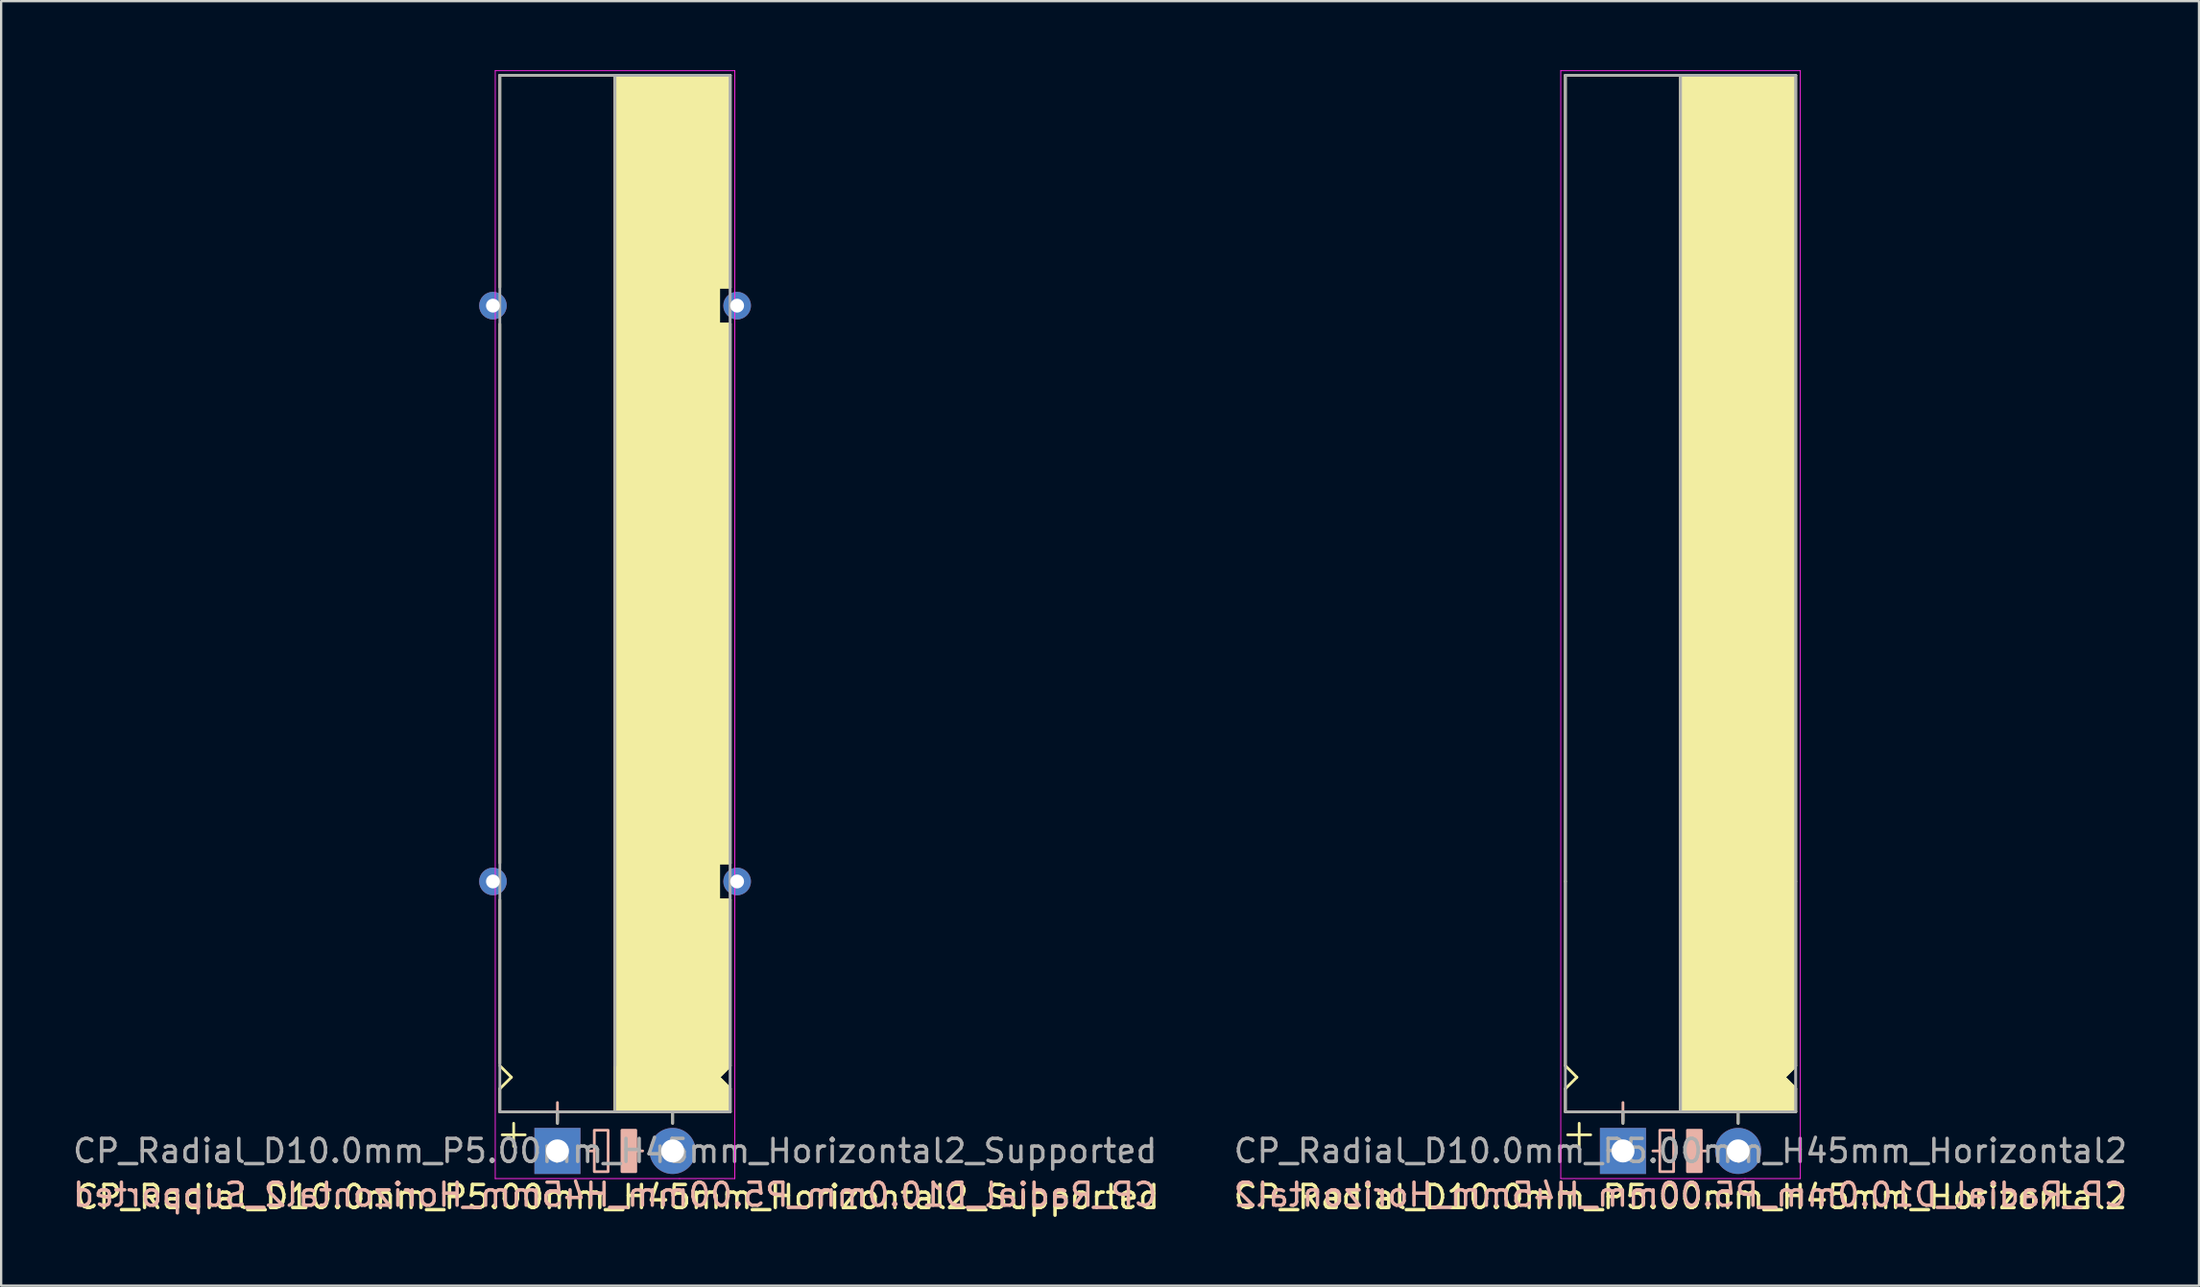
<source format=kicad_pcb>
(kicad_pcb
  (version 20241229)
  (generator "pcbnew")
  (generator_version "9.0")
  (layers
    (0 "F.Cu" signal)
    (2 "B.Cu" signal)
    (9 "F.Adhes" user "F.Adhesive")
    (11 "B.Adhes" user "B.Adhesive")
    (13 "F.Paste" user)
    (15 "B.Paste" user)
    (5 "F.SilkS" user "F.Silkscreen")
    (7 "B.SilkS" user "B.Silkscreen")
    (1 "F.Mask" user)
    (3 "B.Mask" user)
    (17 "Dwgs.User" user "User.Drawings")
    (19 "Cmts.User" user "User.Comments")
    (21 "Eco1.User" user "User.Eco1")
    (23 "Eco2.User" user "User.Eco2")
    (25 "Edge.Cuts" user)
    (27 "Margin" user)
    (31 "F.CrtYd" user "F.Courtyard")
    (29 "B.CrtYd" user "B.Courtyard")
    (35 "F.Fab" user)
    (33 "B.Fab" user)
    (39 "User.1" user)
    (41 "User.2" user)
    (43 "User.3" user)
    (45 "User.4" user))
  (footprint "CP_Radial_D10.0mm_P5.00mm_H45mm_Horizontal2_Supported"
    (layer "F.Cu")
    (at 21.149 46.92)
    (property "Reference" "CP_Radial_D10.0mm_P5.00mm_H45mm_Horizontal2_Supported" (at 2.6 2 0) (layer "F.SilkS") (effects (font (size 1 1) (thickness 0.15))))
    (fp_line (start -2.5 -46.7) (end 7.5 -46.7) (stroke (width 0.12) (type solid)) (layer "F.SilkS"))
    (fp_line (start -2.5 -37.5) (end -2.5 -46.7) (stroke (width 0.12) (type solid)) (layer "F.SilkS"))
    (fp_line (start -2.5 -12.5) (end -2.5 -35.9) (stroke (width 0.12) (type solid)) (layer "F.SilkS"))
    (fp_line (start -2.5 -3.8) (end -2.5 -10.9) (stroke (width 0.12) (type solid)) (layer "F.SilkS"))
    (fp_line (start -2.5 -2.7) (end -2 -3.2) (stroke (width 0.12) (type solid)) (layer "F.SilkS"))
    (fp_line (start -2.5 -1.7) (end -2.5 -2.7) (stroke (width 0.12) (type solid)) (layer "F.SilkS"))
    (fp_line (start -2 -3.2) (end -2.5 -3.7) (stroke (width 0.12) (type solid)) (layer "F.SilkS"))
    (fp_line (start -1.9 -1.2) (end -1.9 -0.2) (stroke (width 0.12) (type solid)) (layer "F.SilkS"))
    (fp_line (start -1.4 -0.7) (end -2.4 -0.7) (stroke (width 0.12) (type solid)) (layer "F.SilkS"))
    (fp_line (start 0 -1.7) (end 0 -1.2) (stroke (width 0.12) (type solid)) (layer "F.SilkS"))
    (fp_line (start 2.5 -46.7) (end 2.5 -1.7) (stroke (width 0.12) (type solid)) (layer "F.SilkS"))
    (fp_line (start 2.5 -1.7) (end -2.5 -1.7) (stroke (width 0.12) (type solid)) (layer "F.SilkS"))
    (fp_line (start 5 -1.7) (end 5 -1.2) (stroke (width 0.12) (type solid)) (layer "F.SilkS"))
    (fp_line (start 7 -37.5) (end 7.5 -37.5) (stroke (width 0.12) (type solid)) (layer "F.SilkS"))
    (fp_line (start 7 -35.9) (end 7 -37.5) (stroke (width 0.12) (type solid)) (layer "F.SilkS"))
    (fp_line (start 7 -12.5) (end 7.5 -12.5) (stroke (width 0.12) (type solid)) (layer "F.SilkS"))
    (fp_line (start 7 -10.9) (end 7 -12.5) (stroke (width 0.12) (type solid)) (layer "F.SilkS"))
    (fp_line (start 7 -3.2) (end 7.5 -3.7) (stroke (width 0.12) (type solid)) (layer "F.SilkS"))
    (fp_line (start 7.5 -37.5) (end 7.5 -46.7) (stroke (width 0.12) (type solid)) (layer "F.SilkS"))
    (fp_line (start 7.5 -35.9) (end 7 -35.9) (stroke (width 0.12) (type solid)) (layer "F.SilkS"))
    (fp_line (start 7.5 -12.5) (end 7.5 -35.9) (stroke (width 0.12) (type solid)) (layer "F.SilkS"))
    (fp_line (start 7.5 -10.9) (end 7 -10.9) (stroke (width 0.12) (type solid)) (layer "F.SilkS"))
    (fp_line (start 7.5 -3.7) (end 7.5 -10.9) (stroke (width 0.12) (type solid)) (layer "F.SilkS"))
    (fp_line (start 7.5 -2.7) (end 7 -3.2) (stroke (width 0.12) (type solid)) (layer "F.SilkS"))
    (fp_line (start 7.5 -1.7) (end 2.5 -1.7) (stroke (width 0.12) (type solid)) (layer "F.SilkS"))
    (fp_line (start 7.5 -1.7) (end 7.5 -2.7) (stroke (width 0.12) (type solid)) (layer "F.SilkS"))
    (fp_poly (pts (xy 7.5 -2.7) (xy 7 -3.2) (xy 7.5 -3.7) (xy 7.5 -10.9) (xy 7 -10.9) (xy 7 -12.5) (xy 7.5 -12.5) (xy 7.5 -35.9) (xy 7 -35.9) (xy 7 -37.5) (xy 7.5 -37.5) (xy 7.5 -46.7) (xy 2.5 -46.7) (xy 2.5 -1.7) (xy 7.5 -1.7)) (stroke (width 0.1) (type solid)) (fill yes) (layer "F.SilkS"))
    (fp_line (start 0 -2.1) (end 0 -1.3) (stroke (width 0.12) (type solid)) (layer "B.SilkS"))
    (fp_line (start 0.4 -1.7) (end -0.4 -1.7) (stroke (width 0.12) (type solid)) (layer "B.SilkS"))
    (fp_line (start 1.6 0) (end 1.3 0) (stroke (width 0.12) (type solid)) (layer "B.SilkS"))
    (fp_line (start 3.7 0) (end 3.4 0) (stroke (width 0.12) (type solid)) (layer "B.SilkS"))
    (fp_rect (start 2.2 -0.9) (end 1.6 0.9) (stroke (width 0.12) (type solid)) (fill no) (layer "B.SilkS"))
    (fp_rect (start 3.4 -0.9) (end 2.8 0.9) (stroke (width 0.12) (type solid)) (fill yes) (layer "B.SilkS"))
    (fp_line (start -2.7 -46.9) (end -2.7 1.2) (stroke (width 0.04) (type solid)) (layer "F.CrtYd"))
    (fp_line (start -2.7 1.2) (end 5.3 1.2) (stroke (width 0.04) (type solid)) (layer "F.CrtYd"))
    (fp_line (start 5.3 1.2) (end 7.7 1.2) (stroke (width 0.04) (type solid)) (layer "F.CrtYd"))
    (fp_line (start 7.7 -46.9) (end -2.7 -46.9) (stroke (width 0.04) (type solid)) (layer "F.CrtYd"))
    (fp_line (start 7.7 1.2) (end 7.7 -46.9) (stroke (width 0.04) (type solid)) (layer "F.CrtYd"))
    (fp_line (start -2.5 -46.7) (end 7.5 -46.7) (stroke (width 0.12) (type solid)) (layer "F.Fab"))
    (fp_line (start -2.5 -1.7) (end -2.5 -46.7) (stroke (width 0.12) (type solid)) (layer "F.Fab"))
    (fp_line (start 0 -1.7) (end 0 -1.2) (stroke (width 0.12) (type solid)) (layer "F.Fab"))
    (fp_line (start 2.5 -3.7) (end 2.5 -46.7) (stroke (width 0.12) (type solid)) (layer "F.Fab"))
    (fp_line (start 5 -1.7) (end 5 -1.2) (stroke (width 0.12) (type solid)) (layer "F.Fab"))
    (fp_line (start 7.5 -46.7) (end 7.5 -1.7) (stroke (width 0.12) (type solid)) (layer "F.Fab"))
    (fp_line (start 7.5 -1.7) (end -2.5 -1.7) (stroke (width 0.12) (type solid)) (layer "F.Fab"))
    (fp_poly (pts (xy 7.5 -46.7) (xy 2.5 -46.7) (xy 2.5 -1.7) (xy 7.5 -1.7)) (stroke (width 0.1) (type solid)) (fill no) (layer "F.Fab"))
    (fp_text user "${REFERENCE}" (at 2.5 1.9 0) (layer "B.SilkS") (effects (font (size 1 1) (thickness 0.15)) (justify mirror)))
    (fp_text user "${REFERENCE}" (at 2.5 0 0) (layer "F.Fab") (effects (font (size 1 1) (thickness 0.15))))
    (pad "1" thru_hole rect (at 0 0) (size 2 2) (drill 1) (layers "*.Cu" "*.Mask"))
    (pad "2" thru_hole circle (at 5 0) (size 2 2) (drill 1) (layers "*.Cu" "*.Mask"))
    (pad "~" thru_hole circle (at -2.8 -36.7 180) (size 1.2 1.2) (drill 0.6) (layers "*.Cu" "*.Mask"))
    (pad "~" thru_hole circle (at -2.8 -11.7) (size 1.2 1.2) (drill 0.6) (layers "*.Cu" "*.Mask"))
    (pad "~" thru_hole circle (at 7.8 -36.7 180) (size 1.2 1.2) (drill 0.6) (layers "*.Cu" "*.Mask"))
    (pad "~" thru_hole circle (at 7.8 -11.7 180) (size 1.2 1.2) (drill 0.6) (layers "*.Cu" "*.Mask")))
  (footprint "CP_Radial_D10.0mm_P5.00mm_H45mm_Horizontal2"
    (layer "F.Cu")
    (at 67.404 46.92)
    (property "Reference" "CP_Radial_D10.0mm_P5.00mm_H45mm_Horizontal2" (at 2.5 2 0) (layer "F.SilkS") (effects (font (size 1 1) (thickness 0.15))))
    (fp_line (start -2.5 -46.7) (end 7.5 -46.7) (stroke (width 0.12) (type solid)) (layer "F.SilkS"))
    (fp_line (start -2.5 -11.7) (end -2.5 -46.7) (stroke (width 0.12) (type solid)) (layer "F.SilkS"))
    (fp_line (start -2.5 -3.7) (end -2.5 -11.7) (stroke (width 0.12) (type solid)) (layer "F.SilkS"))
    (fp_line (start -2.5 -2.7) (end -2 -3.2) (stroke (width 0.12) (type solid)) (layer "F.SilkS"))
    (fp_line (start -2.5 -1.7) (end -2.5 -2.7) (stroke (width 0.12) (type solid)) (layer "F.SilkS"))
    (fp_line (start -2 -3.2) (end -2.5 -3.7) (stroke (width 0.12) (type solid)) (layer "F.SilkS"))
    (fp_line (start -1.9 -1.2) (end -1.9 -0.2) (stroke (width 0.12) (type solid)) (layer "F.SilkS"))
    (fp_line (start -1.4 -0.7) (end -2.4 -0.7) (stroke (width 0.12) (type solid)) (layer "F.SilkS"))
    (fp_line (start 0 -1.7) (end 0 -1.2) (stroke (width 0.12) (type solid)) (layer "F.SilkS"))
    (fp_line (start 2.5 -46.7) (end 2.5 -1.7) (stroke (width 0.12) (type solid)) (layer "F.SilkS"))
    (fp_line (start 2.5 -1.7) (end -2.5 -1.7) (stroke (width 0.12) (type solid)) (layer "F.SilkS"))
    (fp_line (start 5 -1.7) (end 5 -1.2) (stroke (width 0.12) (type solid)) (layer "F.SilkS"))
    (fp_line (start 7 -3.2) (end 7.5 -3.7) (stroke (width 0.12) (type solid)) (layer "F.SilkS"))
    (fp_line (start 7.5 -11.7) (end 7.5 -46.7) (stroke (width 0.12) (type solid)) (layer "F.SilkS"))
    (fp_line (start 7.5 -3.7) (end 7.5 -11.7) (stroke (width 0.12) (type solid)) (layer "F.SilkS"))
    (fp_line (start 7.5 -2.7) (end 7 -3.2) (stroke (width 0.12) (type solid)) (layer "F.SilkS"))
    (fp_line (start 7.5 -1.7) (end 2.5 -1.7) (stroke (width 0.12) (type solid)) (layer "F.SilkS"))
    (fp_line (start 7.5 -1.7) (end 7.5 -2.7) (stroke (width 0.12) (type solid)) (layer "F.SilkS"))
    (fp_poly (pts (xy 7.5 -2.7) (xy 7 -3.2) (xy 7.5 -3.7) (xy 7.5 -46.7) (xy 2.5 -46.7) (xy 2.5 -1.7) (xy 7.5 -1.7)) (stroke (width 0.1) (type solid)) (fill yes) (layer "F.SilkS"))
    (fp_line (start 0 -2.1) (end 0 -1.3) (stroke (width 0.12) (type solid)) (layer "B.SilkS"))
    (fp_line (start 0.4 -1.7) (end -0.4 -1.7) (stroke (width 0.12) (type solid)) (layer "B.SilkS"))
    (fp_line (start 1.6 0) (end 1.3 0) (stroke (width 0.12) (type solid)) (layer "B.SilkS"))
    (fp_line (start 3.7 0) (end 3.4 0) (stroke (width 0.12) (type solid)) (layer "B.SilkS"))
    (fp_rect (start 2.2 -0.9) (end 1.6 0.9) (stroke (width 0.12) (type solid)) (fill no) (layer "B.SilkS"))
    (fp_rect (start 3.4 -0.9) (end 2.8 0.9) (stroke (width 0.12) (type solid)) (fill yes) (layer "B.SilkS"))
    (fp_line (start -2.7 -46.9) (end -2.7 1.2) (stroke (width 0.04) (type solid)) (layer "F.CrtYd"))
    (fp_line (start -2.7 1.2) (end 5.3 1.2) (stroke (width 0.04) (type solid)) (layer "F.CrtYd"))
    (fp_line (start 5.3 1.2) (end 7.7 1.2) (stroke (width 0.04) (type solid)) (layer "F.CrtYd"))
    (fp_line (start 7.7 -46.9) (end -2.7 -46.9) (stroke (width 0.04) (type solid)) (layer "F.CrtYd"))
    (fp_line (start 7.7 1.2) (end 7.7 -46.9) (stroke (width 0.04) (type solid)) (layer "F.CrtYd"))
    (fp_line (start -2.5 -46.7) (end 7.5 -46.7) (stroke (width 0.12) (type solid)) (layer "F.Fab"))
    (fp_line (start -2.5 -1.7) (end -2.5 -46.7) (stroke (width 0.12) (type solid)) (layer "F.Fab"))
    (fp_line (start 0 -1.7) (end 0 -1.2) (stroke (width 0.12) (type solid)) (layer "F.Fab"))
    (fp_line (start 2.5 -1.7) (end 2.5 -46.7) (stroke (width 0.12) (type solid)) (layer "F.Fab"))
    (fp_line (start 5 -1.7) (end 5 -1.2) (stroke (width 0.12) (type solid)) (layer "F.Fab"))
    (fp_line (start 7.5 -46.7) (end 7.5 -1.7) (stroke (width 0.12) (type solid)) (layer "F.Fab"))
    (fp_line (start 7.5 -1.7) (end -2.5 -1.7) (stroke (width 0.12) (type solid)) (layer "F.Fab"))
    (fp_poly (pts (xy 7.5 -46.7) (xy 2.5 -46.7) (xy 2.5 -1.7) (xy 7.5 -1.7)) (stroke (width 0.1) (type solid)) (fill no) (layer "F.Fab"))
    (fp_text user "${REFERENCE}" (at 2.5 1.9 0) (layer "B.SilkS") (effects (font (size 1 1) (thickness 0.15)) (justify mirror)))
    (fp_text user "${REFERENCE}" (at 2.5 0 0) (layer "F.Fab") (effects (font (size 1 1) (thickness 0.15))))
    (pad "1" thru_hole rect (at 0 0) (size 2 2) (drill 1) (layers "*.Cu" "*.Mask"))
    (pad "2" thru_hole circle (at 5 0) (size 2 2) (drill 1) (layers "*.Cu" "*.Mask")))
  (gr_rect
    (start -3 -3)
    (end 92.41 52.768)
    (stroke (width 0.1) (type default))
    (fill no)
    (layer "Edge.Cuts")))
</source>
